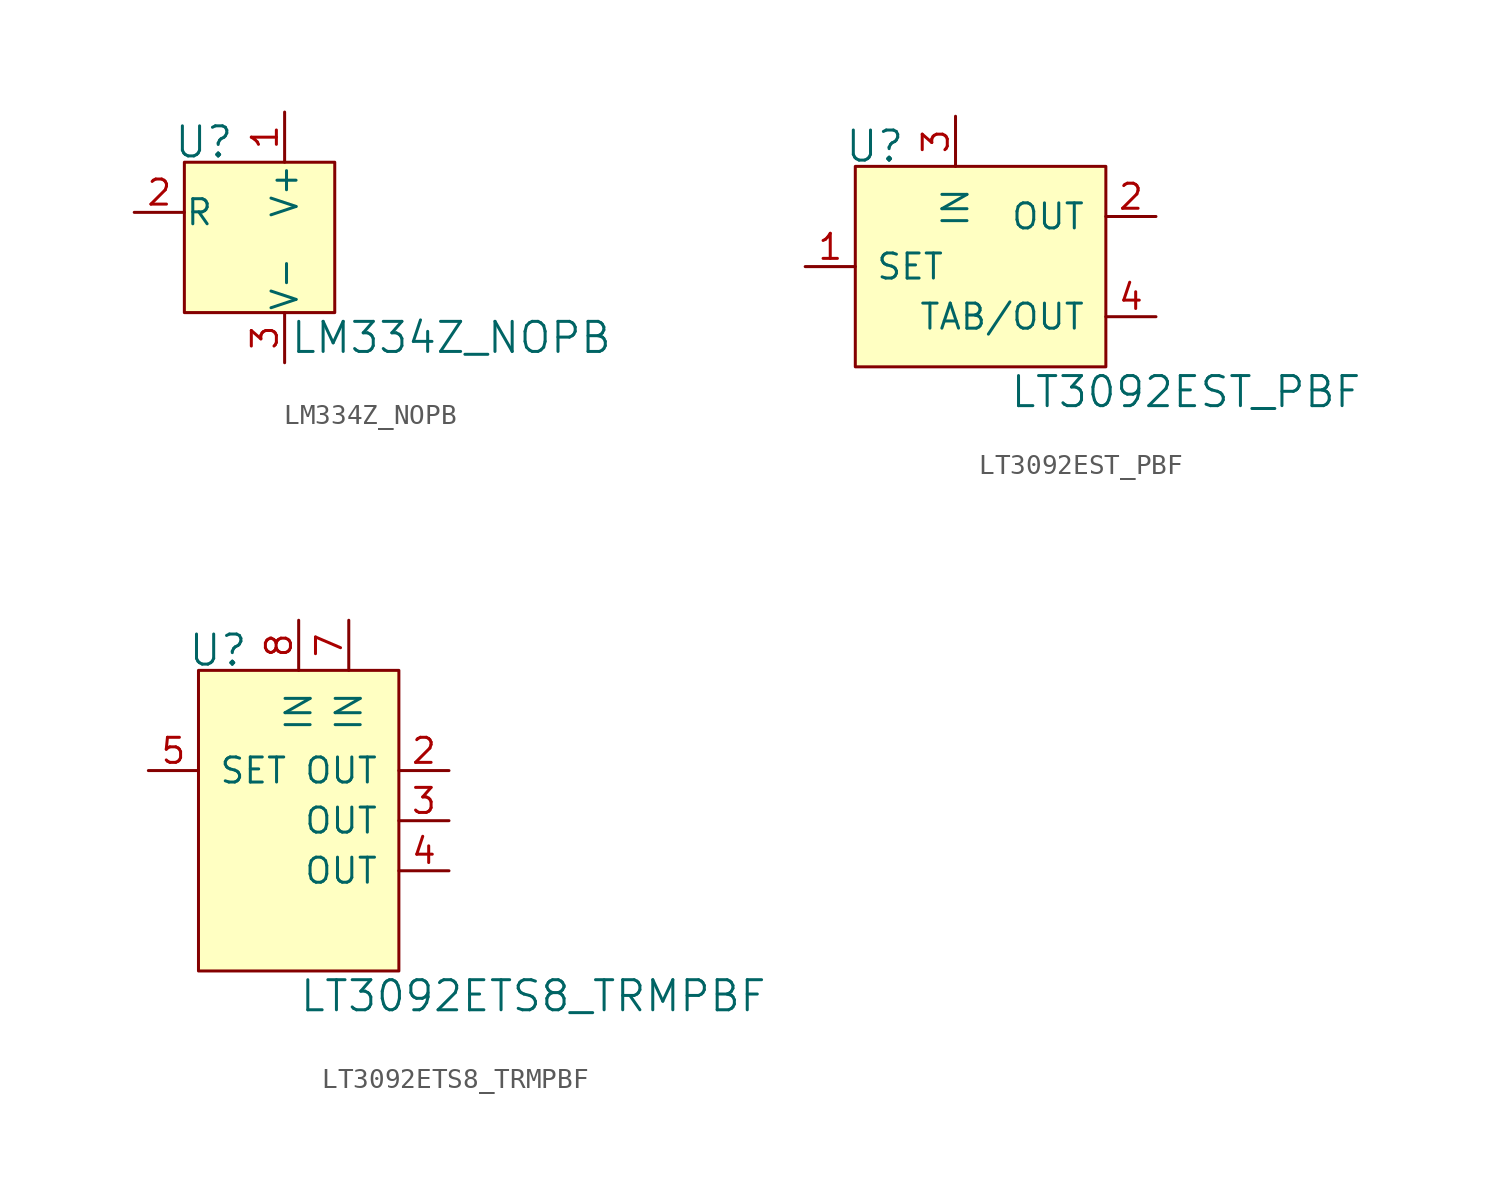
<source format=kicad_sym>
(kicad_symbol_lib
  (version 20231120)
  (generator "kicad_symbol_editor")
  (generator_version "8.0")
  (symbol "LM334Z_NOPB"
    (pin_names
      (offset 0.025))
    (property "Reference" "U"
      (at -2.54 3.556 0)
      (effects (font (size 1.524 1.524)) (justify right)))
    (property "Value" "LM334Z_NOPB"
      (at 0.254 -6.35 0)
      (effects (font (size 1.524 1.524)) (justify left)))
    (symbol "LM334Z_NOPB_0_1"
      (rectangle (start -5.08 2.54) (end 2.54 -5.08) (stroke (width 0) (type solid)) (fill (type background))))
    (symbol "LM334Z_NOPB_1_1"
      (pin power_in line (at 0 5.08 270) (length 2.54) (name "V+" (effects (font (size 1.27 1.27)))) (number "1" (effects (font (size 1.27 1.27)))))
      (pin passive line (at -7.62 0 0) (length 2.54) (name "R" (effects (font (size 1.27 1.27)))) (number "2" (effects (font (size 1.27 1.27)))))
      (pin power_out line (at 0 -7.62 90) (length 2.54) (name "V-" (effects (font (size 1.27 1.27)))) (number "3" (effects (font (size 1.27 1.27)))))))
  (symbol "LT3092EST_PBF"
    (pin_names
      (offset 1.016))
    (property "Reference" "U"
      (at -5.08 6.096 0)
      (effects (font (size 1.524 1.524)) (justify right)))
    (property "Value" "LT3092EST_PBF"
      (at 9.144 -6.35 0)
      (effects (font (size 1.524 1.524))))
    (symbol "LT3092EST_PBF_0_1"
      (rectangle (start -7.62 5.08) (end 5.08 -5.08) (stroke (width 0) (type solid)) (fill (type background))))
    (symbol "LT3092EST_PBF_1_1"
      (pin passive line (at -10.16 0 0) (length 2.54) (name "SET" (effects (font (size 1.27 1.27)))) (number "1" (effects (font (size 1.27 1.27)))))
      (pin power_out line (at 7.62 2.54 180) (length 2.54) (name "OUT" (effects (font (size 1.27 1.27)))) (number "2" (effects (font (size 1.27 1.27)))))
      (pin power_in line (at -2.54 7.62 270) (length 2.54) (name "IN" (effects (font (size 1.27 1.27)))) (number "3" (effects (font (size 1.27 1.27)))))
      (pin output line (at 7.62 -2.54 180) (length 2.54) (name "TAB/OUT" (effects (font (size 1.27 1.27)))) (number "4" (effects (font (size 1.27 1.27)))))))
  (symbol "LT3092ETS8_TRMPBF"
    (pin_names
      (offset 1.016))
    (property "Reference" "U"
      (at -2.54 11.176 0)
      (effects (font (size 1.524 1.524)) (justify right)))
    (property "Value" "LT3092ETS8_TRMPBF"
      (at 0 -6.35 0)
      (effects (font (size 1.524 1.524)) (justify left)))
    (symbol "LT3092ETS8_TRMPBF_0_1"
      (rectangle (start -5.08 10.16) (end 5.08 -5.08) (stroke (width 0) (type solid)) (fill (type background))))
    (symbol "LT3092ETS8_TRMPBF_1_1"
      (pin no_connect line (at -7.62 0 0) (length 2.54) hide (name "NC" (effects (font (size 1.27 1.27)))) (number "1" (effects (font (size 1.27 1.27)))))
      (pin power_out line (at 7.62 5.08 180) (length 2.54) (name "OUT" (effects (font (size 1.27 1.27)))) (number "2" (effects (font (size 1.27 1.27)))))
      (pin power_out line (at 7.62 2.54 180) (length 2.54) (name "OUT" (effects (font (size 1.27 1.27)))) (number "3" (effects (font (size 1.27 1.27)))))
      (pin power_out line (at 7.62 0 180) (length 2.54) (name "OUT" (effects (font (size 1.27 1.27)))) (number "4" (effects (font (size 1.27 1.27)))))
      (pin passive line (at -7.62 5.08 0) (length 2.54) (name "SET" (effects (font (size 1.27 1.27)))) (number "5" (effects (font (size 1.27 1.27)))))
      (pin no_connect line (at -7.62 -2.54 0) (length 2.54) hide (name "NC" (effects (font (size 1.27 1.27)))) (number "6" (effects (font (size 1.27 1.27)))))
      (pin power_in line (at 2.54 12.7 270) (length 2.54) (name "IN" (effects (font (size 1.27 1.27)))) (number "7" (effects (font (size 1.27 1.27)))))
      (pin power_in line (at 0 12.7 270) (length 2.54) (name "IN" (effects (font (size 1.27 1.27)))) (number "8" (effects (font (size 1.27 1.27))))))))
</source>
